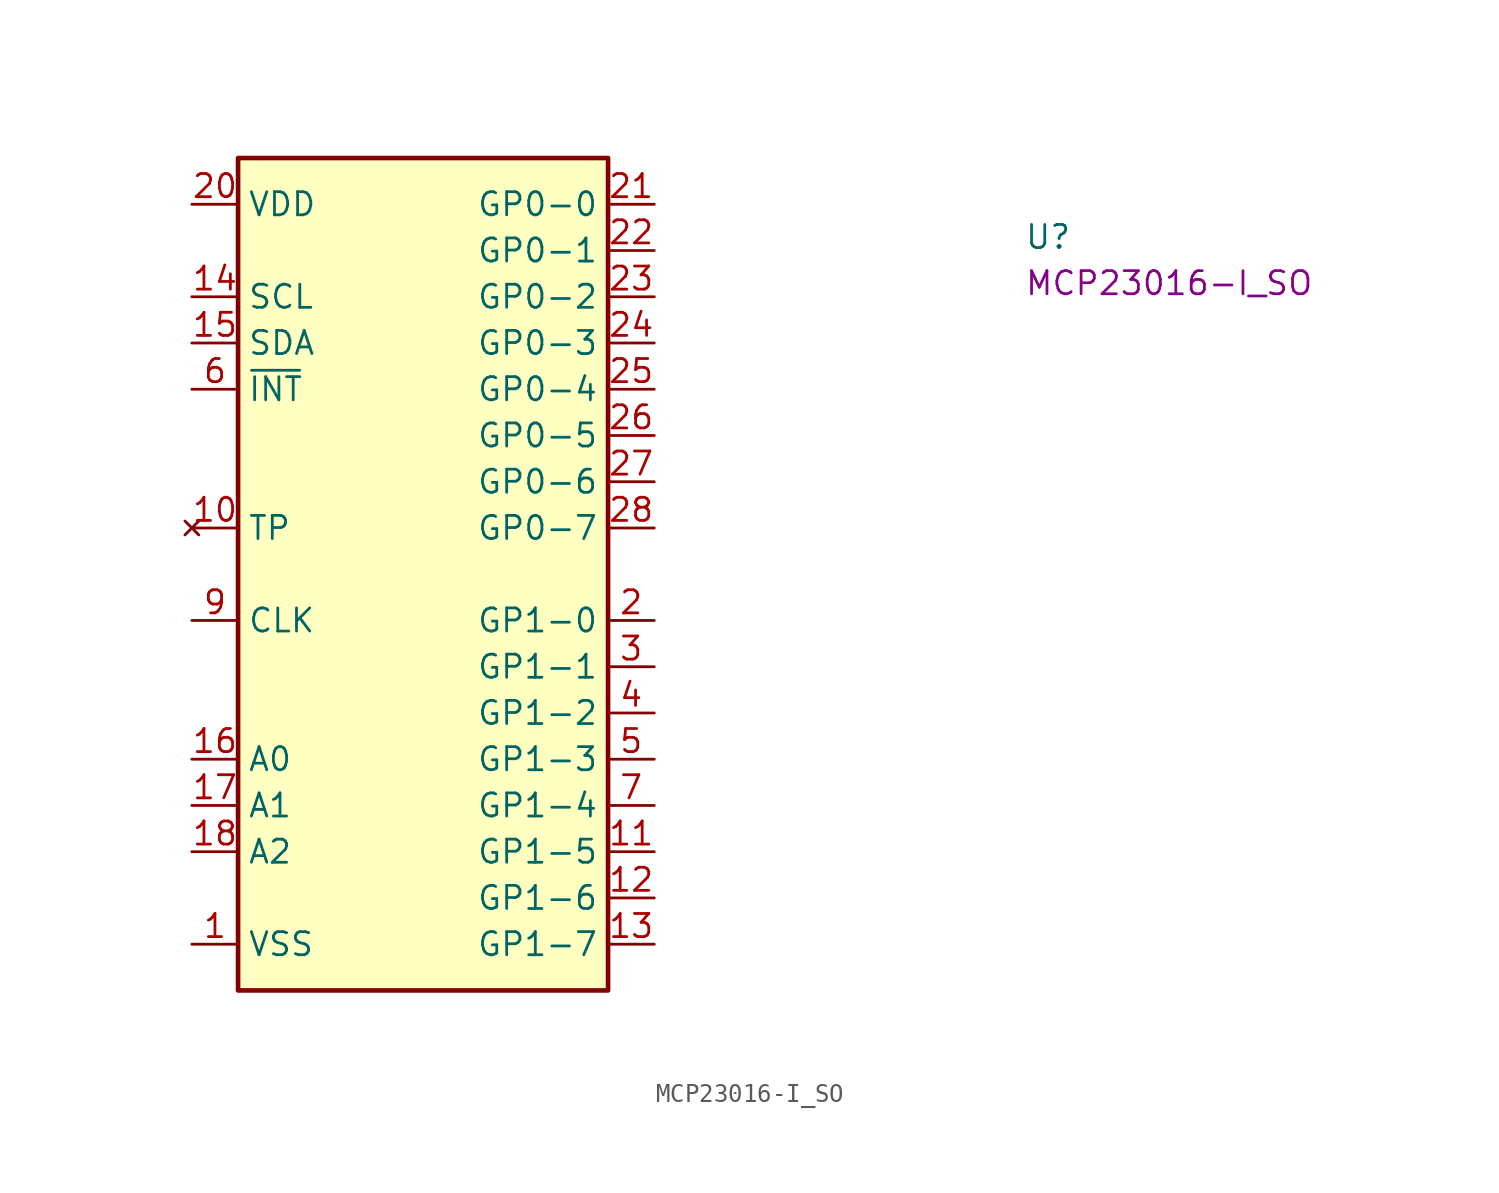
<source format=kicad_sym>
(kicad_symbol_lib
  (version 20220914)
  (generator kicad_symbol_editor)
  (symbol "MCP23016-I_SO"
    (property "Reference" "U"
      (at 45.72 -2.54 0)
      (effects (font (size 1.27 1.27) (thickness 0.15)) (justify left bottom)))
    (property "MPN" "MCP23016-I_SO"
      (at 45.72 -5.08 0)
      (effects (font (size 1.27 1.27) (thickness 0.15)) (justify left bottom)))
    (symbol "MCP23016-I_SO_1_1"
      (rectangle (start 2.54 2.54) (end 22.86 -43.18) (stroke (width 0.254) (type default)) (fill (type background)))
      (pin power_in line (at 0 -40.64 0) (length 2.54) (name "VSS" (effects (font (size 1.27 1.27)))) (number "1" (effects (font (size 1.27 1.27)))))
      (pin no_connect line (at 0 -17.78 0) (length 2.54) (name "TP" (effects (font (size 1.27 1.27)))) (number "10" (effects (font (size 1.27 1.27)))))
      (pin bidirectional line (at 25.4 -35.56 180) (length 2.54) (name "GP1-5" (effects (font (size 1.27 1.27)))) (number "11" (effects (font (size 1.27 1.27)))))
      (pin bidirectional line (at 25.4 -38.1 180) (length 2.54) (name "GP1-6" (effects (font (size 1.27 1.27)))) (number "12" (effects (font (size 1.27 1.27)))))
      (pin bidirectional line (at 25.4 -40.64 180) (length 2.54) (name "GP1-7" (effects (font (size 1.27 1.27)))) (number "13" (effects (font (size 1.27 1.27)))))
      (pin input line (at 0 -5.08 0) (length 2.54) (name "SCL" (effects (font (size 1.27 1.27)))) (number "14" (effects (font (size 1.27 1.27)))))
      (pin bidirectional line (at 0 -7.62 0) (length 2.54) (name "SDA" (effects (font (size 1.27 1.27)))) (number "15" (effects (font (size 1.27 1.27)))))
      (pin input line (at 0 -30.48 0) (length 2.54) (name "A0" (effects (font (size 1.27 1.27)))) (number "16" (effects (font (size 1.27 1.27)))))
      (pin input line (at 0 -33.02 0) (length 2.54) (name "A1" (effects (font (size 1.27 1.27)))) (number "17" (effects (font (size 1.27 1.27)))))
      (pin input line (at 0 -35.56 0) (length 2.54) (name "A2" (effects (font (size 1.27 1.27)))) (number "18" (effects (font (size 1.27 1.27)))))
      (pin passive line (at 0 -40.64 0) (length 2.54) hide (name "VSS" (effects (font (size 1.27 1.27)))) (number "19" (effects (font (size 1.27 1.27)))))
      (pin bidirectional line (at 25.4 -22.86 180) (length 2.54) (name "GP1-0" (effects (font (size 1.27 1.27)))) (number "2" (effects (font (size 1.27 1.27)))))
      (pin power_in line (at 0 0 0) (length 2.54) (name "VDD" (effects (font (size 1.27 1.27)))) (number "20" (effects (font (size 1.27 1.27)))))
      (pin bidirectional line (at 25.4 0 180) (length 2.54) (name "GP0-0" (effects (font (size 1.27 1.27)))) (number "21" (effects (font (size 1.27 1.27)))))
      (pin bidirectional line (at 25.4 -2.54 180) (length 2.54) (name "GP0-1" (effects (font (size 1.27 1.27)))) (number "22" (effects (font (size 1.27 1.27)))))
      (pin bidirectional line (at 25.4 -5.08 180) (length 2.54) (name "GP0-2" (effects (font (size 1.27 1.27)))) (number "23" (effects (font (size 1.27 1.27)))))
      (pin bidirectional line (at 25.4 -7.62 180) (length 2.54) (name "GP0-3" (effects (font (size 1.27 1.27)))) (number "24" (effects (font (size 1.27 1.27)))))
      (pin bidirectional line (at 25.4 -10.16 180) (length 2.54) (name "GP0-4" (effects (font (size 1.27 1.27)))) (number "25" (effects (font (size 1.27 1.27)))))
      (pin bidirectional line (at 25.4 -12.7 180) (length 2.54) (name "GP0-5" (effects (font (size 1.27 1.27)))) (number "26" (effects (font (size 1.27 1.27)))))
      (pin bidirectional line (at 25.4 -15.24 180) (length 2.54) (name "GP0-6" (effects (font (size 1.27 1.27)))) (number "27" (effects (font (size 1.27 1.27)))))
      (pin bidirectional line (at 25.4 -17.78 180) (length 2.54) (name "GP0-7" (effects (font (size 1.27 1.27)))) (number "28" (effects (font (size 1.27 1.27)))))
      (pin bidirectional line (at 25.4 -25.4 180) (length 2.54) (name "GP1-1" (effects (font (size 1.27 1.27)))) (number "3" (effects (font (size 1.27 1.27)))))
      (pin bidirectional line (at 25.4 -27.94 180) (length 2.54) (name "GP1-2" (effects (font (size 1.27 1.27)))) (number "4" (effects (font (size 1.27 1.27)))))
      (pin bidirectional line (at 25.4 -30.48 180) (length 2.54) (name "GP1-3" (effects (font (size 1.27 1.27)))) (number "5" (effects (font (size 1.27 1.27)))))
      (pin open_collector line (at 0 -10.16 0) (length 2.54) (name "~{INT}" (effects (font (size 1.27 1.27)))) (number "6" (effects (font (size 1.27 1.27)))))
      (pin bidirectional line (at 25.4 -33.02 180) (length 2.54) (name "GP1-4" (effects (font (size 1.27 1.27)))) (number "7" (effects (font (size 1.27 1.27)))))
      (pin passive line (at 0 -40.64 0) (length 2.54) hide (name "VSS" (effects (font (size 1.27 1.27)))) (number "8" (effects (font (size 1.27 1.27)))))
      (pin input line (at 0 -22.86 0) (length 2.54) (name "CLK" (effects (font (size 1.27 1.27)))) (number "9" (effects (font (size 1.27 1.27))))))))
</source>
